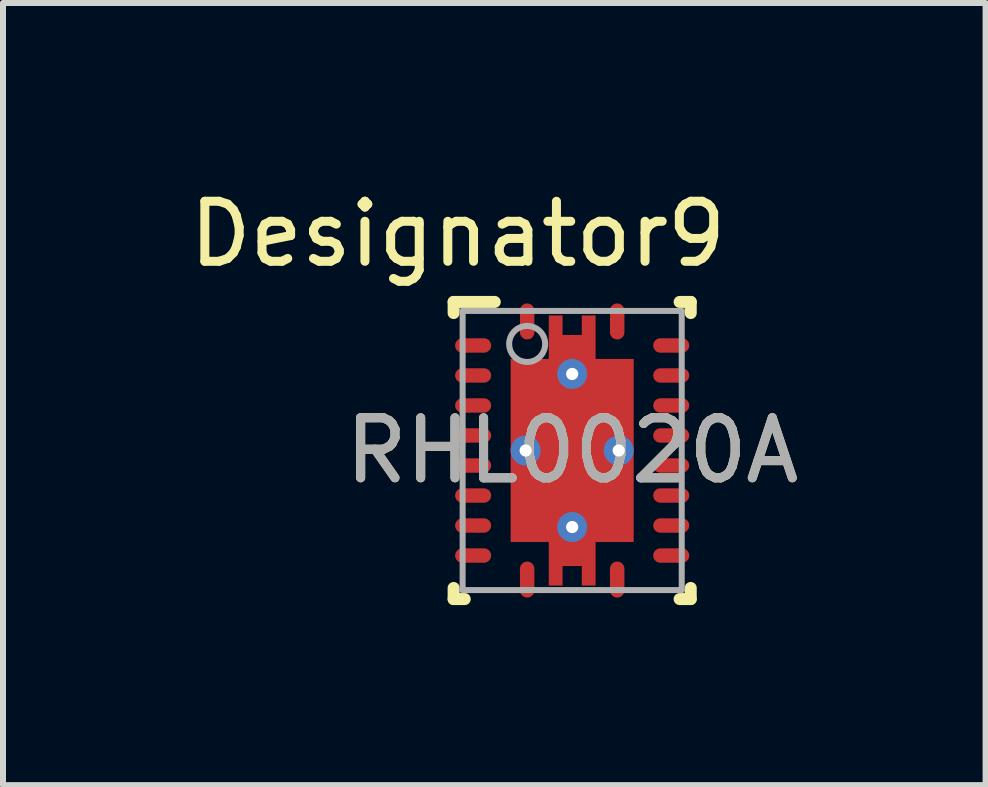
<source format=kicad_pcb>
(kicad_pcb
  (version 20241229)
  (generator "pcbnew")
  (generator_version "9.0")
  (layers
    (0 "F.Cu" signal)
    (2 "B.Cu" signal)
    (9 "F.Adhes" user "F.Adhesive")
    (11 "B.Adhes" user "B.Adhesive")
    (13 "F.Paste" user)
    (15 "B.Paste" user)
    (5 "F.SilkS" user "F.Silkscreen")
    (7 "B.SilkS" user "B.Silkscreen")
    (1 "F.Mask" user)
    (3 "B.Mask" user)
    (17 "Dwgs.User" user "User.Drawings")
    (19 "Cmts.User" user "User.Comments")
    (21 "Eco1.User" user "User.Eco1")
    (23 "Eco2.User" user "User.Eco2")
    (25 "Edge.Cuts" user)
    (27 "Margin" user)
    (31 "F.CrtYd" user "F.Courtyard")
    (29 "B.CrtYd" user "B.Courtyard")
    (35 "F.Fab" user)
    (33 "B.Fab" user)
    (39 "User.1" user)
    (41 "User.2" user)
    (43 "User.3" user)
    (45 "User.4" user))
  (footprint "RHL0020A"
    (layer "F.Cu")
    (at 6.482 4.455)
    (property "Reference" "RHL0020A" (at 0 0 0) (unlocked yes) (layer "F.SilkS") (effects (font (size 1 1) (thickness 0.15))))
    (attr smd)
    (fp_poly (pts (xy 0.16 -2.25) (xy 0.16 -1.925) (xy -0.16 -1.925) (xy -0.16 -2.25) (xy -0.39 -2.25) (xy -0.39 -1.525) (xy -1.025 -1.525) (xy -1.025 1.525) (xy -0.39 1.525) (xy -0.39 2.25) (xy -0.16 2.25) (xy -0.16 1.925) (xy 0.16 1.925) (xy 0.16 2.25) (xy 0.39 2.25) (xy 0.39 1.525) (xy 1.025 1.525) (xy 1.025 -1.525) (xy 0.39 -1.525) (xy 0.39 -2.25)) (stroke (width 0) (type solid)) (fill yes) (layer "F.Cu"))
    (fp_poly (pts (xy 0.16 -2.301) (xy 0.39 -2.301) (xy 0.4 -2.3) (xy 0.41 -2.297) (xy 0.418 -2.292) (xy 0.426 -2.286) (xy 0.432 -2.278) (xy 0.437 -2.269) (xy 0.44 -2.26) (xy 0.441 -2.25) (xy 0.441 -1.576) (xy 1.025 -1.576) (xy 1.035 -1.575) (xy 1.045 -1.572) (xy 1.053 -1.567) (xy 1.061 -1.561) (xy 1.067 -1.553) (xy 1.072 -1.544) (xy 1.075 -1.535) (xy 1.076 -1.525) (xy 1.076 1.525) (xy 1.075 1.535) (xy 1.072 1.545) (xy 1.067 1.553) (xy 1.061 1.561) (xy 1.053 1.567) (xy 1.045 1.572) (xy 1.035 1.575) (xy 1.025 1.576) (xy 0.441 1.576) (xy 0.441 2.25) (xy 0.44 2.26) (xy 0.437 2.269) (xy 0.432 2.278) (xy 0.426 2.286) (xy 0.418 2.292) (xy 0.41 2.297) (xy 0.4 2.3) (xy 0.39 2.301) (xy 0.16 2.301) (xy 0.15 2.3) (xy 0.141 2.297) (xy 0.132 2.292) (xy 0.124 2.286) (xy 0.118 2.278) (xy 0.113 2.269) (xy 0.11 2.26) (xy 0.109 2.25) (xy 0.109 1.976) (xy -0.109 1.976) (xy -0.109 2.25) (xy -0.11 2.26) (xy -0.113 2.269) (xy -0.118 2.278) (xy -0.124 2.286) (xy -0.132 2.292) (xy -0.14 2.297) (xy -0.15 2.3) (xy -0.16 2.301) (xy -0.39 2.301) (xy -0.4 2.3) (xy -0.409 2.297) (xy -0.418 2.292) (xy -0.426 2.286) (xy -0.432 2.278) (xy -0.437 2.269) (xy -0.44 2.26) (xy -0.441 2.25) (xy -0.441 1.576) (xy -1.025 1.576) (xy -1.035 1.575) (xy -1.044 1.572) (xy -1.053 1.567) (xy -1.061 1.561) (xy -1.067 1.553) (xy -1.072 1.545) (xy -1.075 1.535) (xy -1.076 1.525) (xy -1.076 -1.525) (xy -1.075 -1.535) (xy -1.072 -1.544) (xy -1.067 -1.553) (xy -1.061 -1.561) (xy -1.053 -1.567) (xy -1.044 -1.572) (xy -1.035 -1.575) (xy -1.025 -1.576) (xy -0.441 -1.576) (xy -0.441 -2.25) (xy -0.44 -2.26) (xy -0.437 -2.269) (xy -0.432 -2.278) (xy -0.426 -2.286) (xy -0.418 -2.292) (xy -0.409 -2.297) (xy -0.4 -2.3) (xy -0.39 -2.301) (xy -0.16 -2.301) (xy -0.15 -2.3) (xy -0.14 -2.297) (xy -0.132 -2.292) (xy -0.124 -2.286) (xy -0.118 -2.278) (xy -0.113 -2.269) (xy -0.11 -2.26) (xy -0.109 -2.25) (xy -0.109 -1.976) (xy 0.109 -1.976) (xy 0.109 -2.25) (xy 0.11 -2.26) (xy 0.113 -2.269) (xy 0.118 -2.278) (xy 0.124 -2.286) (xy 0.132 -2.292) (xy 0.141 -2.297) (xy 0.15 -2.3)) (stroke (width 0) (type solid)) (fill yes) (layer "F.Mask"))
    (fp_line (start -1.975 2.475) (end -1.975 2.29) (stroke (width 0.2) (type solid)) (layer "F.SilkS"))
    (fp_line (start -1.975 2.475) (end -1.79 2.475) (stroke (width 0.2) (type solid)) (layer "F.SilkS"))
    (fp_line (start -1.975 -2.475) (end -1.29 -2.475) (stroke (width 0.2) (type solid)) (layer "F.SilkS"))
    (fp_line (start -1.975 -2.29) (end -1.975 -2.475) (stroke (width 0.2) (type solid)) (layer "F.SilkS"))
    (fp_line (start 1.79 -2.475) (end 1.975 -2.475) (stroke (width 0.2) (type solid)) (layer "F.SilkS"))
    (fp_line (start 1.79 2.475) (end 1.975 2.475) (stroke (width 0.2) (type solid)) (layer "F.SilkS"))
    (fp_line (start 1.975 -2.29) (end 1.975 -2.475) (stroke (width 0.2) (type solid)) (layer "F.SilkS"))
    (fp_line (start 1.975 2.475) (end 1.975 2.29) (stroke (width 0.2) (type solid)) (layer "F.SilkS"))
    (fp_poly (pts (xy -0.39 -1.628) (xy 0.39 -1.628) (xy 0.39 -1.925) (xy -0.39 -1.925)) (stroke (width 0) (type solid)) (fill yes) (layer "F.Paste"))
    (fp_poly (pts (xy -0.39 1.925) (xy 0.39 1.925) (xy 0.39 1.628) (xy -0.39 1.628)) (stroke (width 0) (type solid)) (fill yes) (layer "F.Paste"))
    (fp_poly (pts (xy -0.1 -1.428) (xy -1.017 -1.428) (xy -1.017 -0.1) (xy -0.1 -0.1)) (stroke (width 0) (type solid)) (fill yes) (layer "F.Paste"))
    (fp_poly (pts (xy -0.1 0.1) (xy -1.017 0.1) (xy -1.017 1.428) (xy -0.1 1.428)) (stroke (width 0) (type solid)) (fill yes) (layer "F.Paste"))
    (fp_poly (pts (xy 0.1 -0.1) (xy 1.017 -0.1) (xy 1.017 -1.428) (xy 0.1 -1.428)) (stroke (width 0) (type solid)) (fill yes) (layer "F.Paste"))
    (fp_poly (pts (xy 0.1 1.428) (xy 1.017 1.428) (xy 1.017 0.1) (xy 0.1 0.1)) (stroke (width 0) (type solid)) (fill yes) (layer "F.Paste"))
    (fp_line (start -1.825 -2.325) (end 1.825 -2.325) (stroke (width 0.1) (type solid)) (layer "F.Fab"))
    (fp_line (start -1.825 2.325) (end -1.825 -2.325) (stroke (width 0.1) (type solid)) (layer "F.Fab"))
    (fp_line (start -1.825 2.325) (end 1.825 2.325) (stroke (width 0.1) (type solid)) (layer "F.Fab"))
    (fp_line (start 1.825 2.325) (end 1.825 -2.325) (stroke (width 0.1) (type solid)) (layer "F.Fab"))
    (fp_circle (center -0.75 -1.775) (end -0.45 -1.775) (stroke (width 0.1) (type solid)) (fill no) (layer "F.Fab"))
    (fp_text user "Designator9" (at -1.905 -3.607 0) (unlocked yes) (layer "F.SilkS") (effects (font (size 1 1) (thickness 0.15))))
    (fp_text user "${REFERENCE}" (at 0 0 0) (unlocked yes) (layer "F.Fab") (effects (font (size 1 1) (thickness 0.15))))
    (pad "1" smd oval (at -0.75 -2.15) (size 0.24 0.6) (layers "F.Cu" "F.Mask" "F.Paste"))
    (pad "2" smd oval (at -1.65 -1.75 90) (size 0.24 0.6) (layers "F.Cu" "F.Mask" "F.Paste"))
    (pad "3" smd oval (at -1.65 -1.25 90) (size 0.24 0.6) (layers "F.Cu" "F.Mask" "F.Paste"))
    (pad "4" smd oval (at -1.65 -0.75 90) (size 0.24 0.6) (layers "F.Cu" "F.Mask" "F.Paste"))
    (pad "5" smd oval (at -1.65 -0.25 90) (size 0.24 0.6) (layers "F.Cu" "F.Mask" "F.Paste"))
    (pad "6" smd oval (at -1.65 0.25 90) (size 0.24 0.6) (layers "F.Cu" "F.Mask" "F.Paste"))
    (pad "7" smd oval (at -1.65 0.75 90) (size 0.24 0.6) (layers "F.Cu" "F.Mask" "F.Paste"))
    (pad "8" smd oval (at -1.65 1.25 90) (size 0.24 0.6) (layers "F.Cu" "F.Mask" "F.Paste"))
    (pad "9" smd oval (at -1.65 1.75 90) (size 0.24 0.6) (layers "F.Cu" "F.Mask" "F.Paste"))
    (pad "10" smd oval (at -0.75 2.15) (size 0.24 0.6) (layers "F.Cu" "F.Mask" "F.Paste"))
    (pad "11" smd oval (at 0.75 2.15) (size 0.24 0.6) (layers "F.Cu" "F.Mask" "F.Paste"))
    (pad "12" smd oval (at 1.65 1.75 90) (size 0.24 0.6) (layers "F.Cu" "F.Mask" "F.Paste"))
    (pad "13" smd oval (at 1.65 1.25 90) (size 0.24 0.6) (layers "F.Cu" "F.Mask" "F.Paste"))
    (pad "14" smd oval (at 1.65 0.75 90) (size 0.24 0.6) (layers "F.Cu" "F.Mask" "F.Paste"))
    (pad "15" smd oval (at 1.65 0.25 90) (size 0.24 0.6) (layers "F.Cu" "F.Mask" "F.Paste"))
    (pad "16" smd oval (at 1.65 -0.25 90) (size 0.24 0.6) (layers "F.Cu" "F.Mask" "F.Paste"))
    (pad "17" smd oval (at 1.65 -0.75 90) (size 0.24 0.6) (layers "F.Cu" "F.Mask" "F.Paste"))
    (pad "18" smd oval (at 1.65 -1.25 90) (size 0.24 0.6) (layers "F.Cu" "F.Mask" "F.Paste"))
    (pad "19" smd oval (at 1.65 -1.75 90) (size 0.24 0.6) (layers "F.Cu" "F.Mask" "F.Paste"))
    (pad "20" smd oval (at 0.75 -2.15) (size 0.24 0.6) (layers "F.Cu" "F.Mask" "F.Paste"))
    (pad "21" smd rect (at 0.000081 0.000079 90) (size 0.3 0.3) (layers "F.Cu" "F.Mask"))
    (pad "V" thru_hole circle (at -0.775 0.000079) (size 0.5 0.5) (drill 0.203) (layers "*.Cu" "*.Mask"))
    (pad "V" thru_hole circle (at 0 -1.275) (size 0.5 0.5) (drill 0.203) (layers "*.Cu" "*.Mask"))
    (pad "V" thru_hole circle (at 0 1.275) (size 0.5 0.5) (drill 0.203) (layers "*.Cu" "*.Mask"))
    (pad "V" thru_hole circle (at 0.775 0.000079) (size 0.5 0.5) (drill 0.203) (layers "*.Cu" "*.Mask")))
  (gr_rect
    (start -3 -3)
    (end 13.369 10.03)
    (stroke (width 0.1) (type default))
    (fill no)
    (layer "Edge.Cuts")))
</source>
